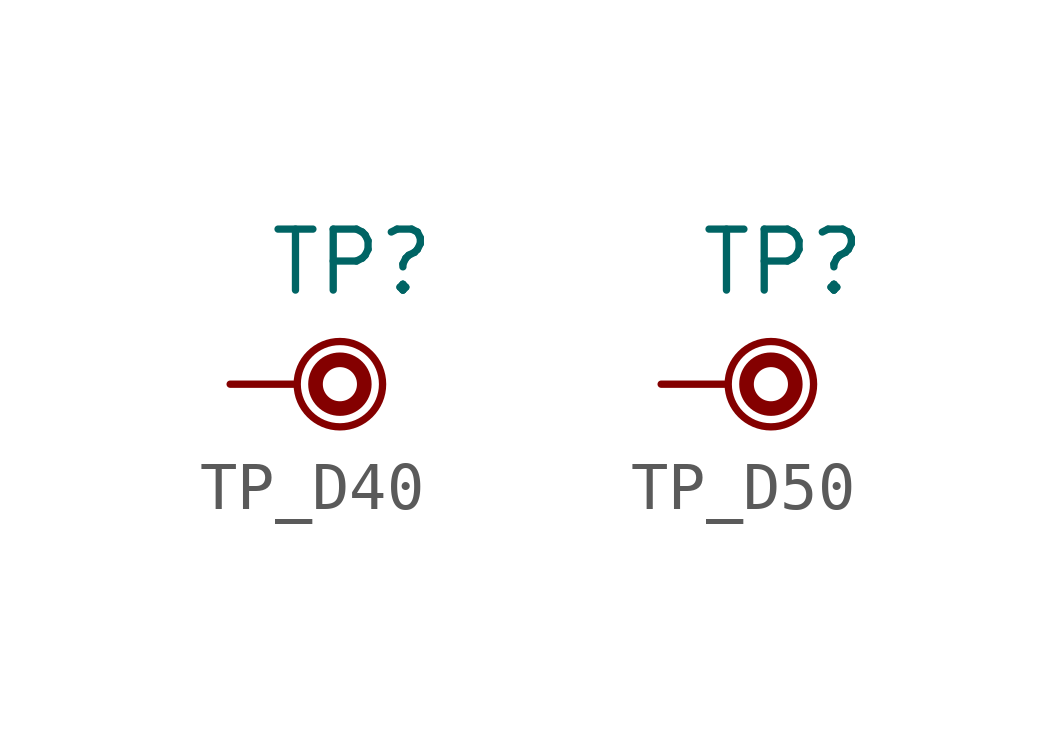
<source format=kicad_sym>
(kicad_symbol_lib
  (version 20211014)
  (generator kicad_symbol_editor)
  (symbol "TP_D40"
    (pin_numbers hide)
    (pin_names
      (offset 0) hide)
    (property "Reference" "TP"
      (at 2.54 2.54 0)
      (effects (font (size 1.27 1.27))))
    (symbol "TP_D40_0_1"
      (circle (center 2.286 0) (radius 0.508) (stroke (width 0.305) (type default) (color 0 0 0 0)) (fill (type none)))
      (circle (center 2.286 0) (radius 0.889) (stroke (width 0) (type default) (color 0 0 0 0)) (fill (type none))))
    (symbol "TP_D40_1_1"
      (pin passive line (at 0 0 0) (length 1.346) (name "1" (effects (font (size 1.27 1.27)))) (number "1" (effects (font (size 1.27 1.27)))))))
  (symbol "TP_D50"
    (pin_numbers hide)
    (pin_names
      (offset 0) hide)
    (property "Reference" "TP"
      (at 2.54 2.54 0)
      (effects (font (size 1.27 1.27))))
    (symbol "TP_D50_0_1"
      (circle (center 2.286 0) (radius 0.508) (stroke (width 0.305) (type default) (color 0 0 0 0)) (fill (type none)))
      (circle (center 2.286 0) (radius 0.889) (stroke (width 0) (type default) (color 0 0 0 0)) (fill (type none))))
    (symbol "TP_D50_1_1"
      (pin passive line (at 0 0 0) (length 1.346) (name "1" (effects (font (size 1.27 1.27)))) (number "1" (effects (font (size 1.27 1.27))))))))
</source>
